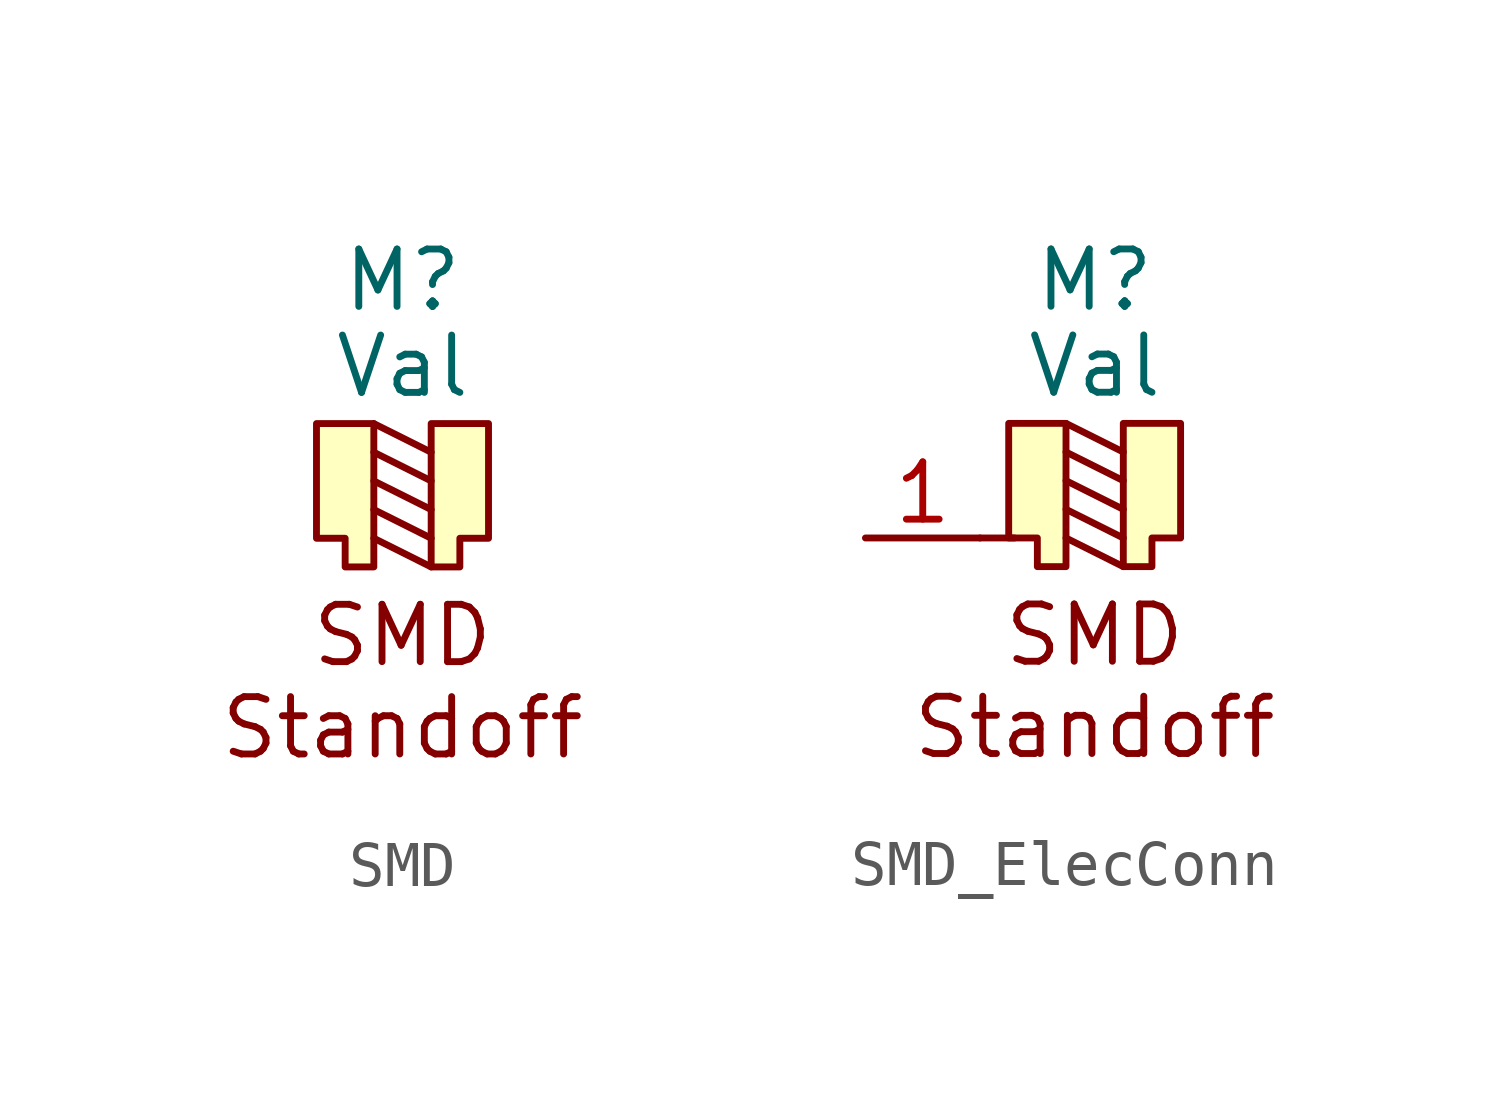
<source format=kicad_sym>
(kicad_symbol_lib
  (version 20220914)
  (generator kicad_symbol_editor)
  (symbol "SMD"
    (property "Reference" "M"
      (at 0 5.715 0)
      (effects (font (size 1.27 1.27))))
    (property "Value" "Val"
      (at 0 3.81 0)
      (effects (font (size 1.27 1.27))))
    (symbol "SMD_1_1"
      (polyline (pts (xy -0.635 0) (xy 0.635 -0.635)) (stroke (width 0) (type default)) (fill (type none)))
      (polyline (pts (xy -0.635 0.635) (xy 0.635 0)) (stroke (width 0) (type default)) (fill (type none)))
      (polyline (pts (xy -0.635 1.27) (xy 0.635 0.635)) (stroke (width 0) (type default)) (fill (type none)))
      (polyline (pts (xy -0.635 1.905) (xy 0.635 1.27)) (stroke (width 0) (type default)) (fill (type none)))
      (polyline (pts (xy -0.635 2.54) (xy 0.635 1.905)) (stroke (width 0) (type default)) (fill (type none)))
      (polyline (pts (xy -0.635 -0.635) (xy -0.635 2.54) (xy -1.905 2.54) (xy -1.905 0) (xy -1.27 0) (xy -1.27 -0.635) (xy -0.635 -0.635)) (stroke (width 0) (type default)) (fill (type background)))
      (polyline (pts (xy 0.635 -0.635) (xy 0.635 2.54) (xy 1.905 2.54) (xy 1.905 0) (xy 1.27 0) (xy 1.27 -0.635) (xy 0.635 -0.635)) (stroke (width 0) (type default)) (fill (type background)))
      (text "SMD\nStandoff" (at 0 -3.175 0) (effects (font (size 1.27 1.27))))))
  (symbol "SMD_ElecConn"
    (property "Reference" "M"
      (at 0 5.715 0)
      (effects (font (size 1.27 1.27))))
    (property "Value" "Val"
      (at 0 3.81 0)
      (effects (font (size 1.27 1.27))))
    (symbol "SMD_ElecConn_1_1"
      (polyline (pts (xy -2.54 0) (xy -1.778 0)) (stroke (width 0) (type default)) (fill (type none)))
      (polyline (pts (xy -0.635 0) (xy 0.635 -0.635)) (stroke (width 0) (type default)) (fill (type none)))
      (polyline (pts (xy -0.635 0.635) (xy 0.635 0)) (stroke (width 0) (type default)) (fill (type none)))
      (polyline (pts (xy -0.635 1.27) (xy 0.635 0.635)) (stroke (width 0) (type default)) (fill (type none)))
      (polyline (pts (xy -0.635 1.905) (xy 0.635 1.27)) (stroke (width 0) (type default)) (fill (type none)))
      (polyline (pts (xy -0.635 2.54) (xy 0.635 1.905)) (stroke (width 0) (type default)) (fill (type none)))
      (polyline (pts (xy -0.635 -0.635) (xy -0.635 2.54) (xy -1.905 2.54) (xy -1.905 0) (xy -1.27 0) (xy -1.27 -0.635) (xy -0.635 -0.635)) (stroke (width 0) (type default)) (fill (type background)))
      (polyline (pts (xy 0.635 -0.635) (xy 0.635 2.54) (xy 1.905 2.54) (xy 1.905 0) (xy 1.27 0) (xy 1.27 -0.635) (xy 0.635 -0.635)) (stroke (width 0) (type default)) (fill (type background)))
      (text "SMD\nStandoff" (at 0 -3.175 0) (effects (font (size 1.27 1.27))))
      (pin input line (at -5.08 0 0) (length 2.54) (name "" (effects (font (size 1.27 1.27)))) (number "1" (effects (font (size 1.27 1.27))))))))
</source>
